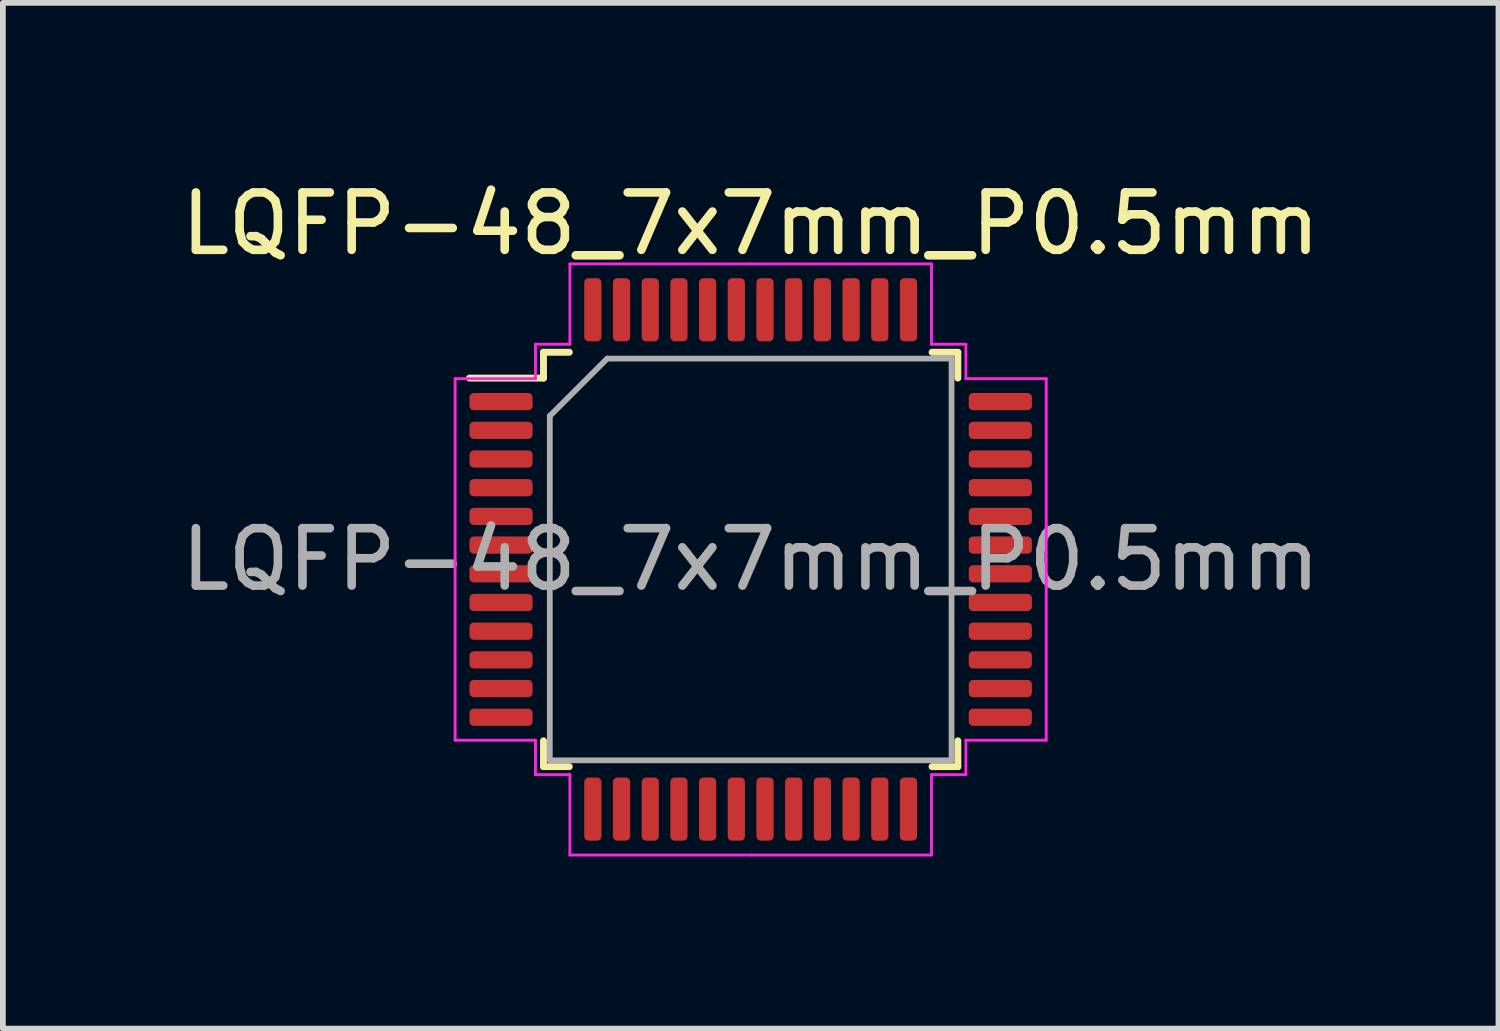
<source format=kicad_pcb>
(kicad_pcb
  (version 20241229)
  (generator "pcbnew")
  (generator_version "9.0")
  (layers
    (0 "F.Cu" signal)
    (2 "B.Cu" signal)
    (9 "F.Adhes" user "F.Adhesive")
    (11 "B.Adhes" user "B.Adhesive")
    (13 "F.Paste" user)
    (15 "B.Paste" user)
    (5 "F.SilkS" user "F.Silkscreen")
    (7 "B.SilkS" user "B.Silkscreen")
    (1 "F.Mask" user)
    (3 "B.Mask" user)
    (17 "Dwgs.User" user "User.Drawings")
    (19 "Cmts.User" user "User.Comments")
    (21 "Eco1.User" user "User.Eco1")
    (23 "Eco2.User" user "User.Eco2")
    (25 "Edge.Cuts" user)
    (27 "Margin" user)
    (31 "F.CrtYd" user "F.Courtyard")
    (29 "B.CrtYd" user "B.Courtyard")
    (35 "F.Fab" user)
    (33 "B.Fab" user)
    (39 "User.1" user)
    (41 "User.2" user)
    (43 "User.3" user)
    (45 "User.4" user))
  (footprint "LQFP-48_7x7mm_P0.5mm"
    (layer "F.Cu")
    (at 10.03 6.698)
    (property "Reference" "LQFP-48_7x7mm_P0.5mm" (at 0 -5.85 0) (layer "F.SilkS") (effects (font (size 1 1) (thickness 0.15))))
    (attr smd)
    (fp_line (start -3.61 -3.61) (end -3.61 -3.16) (stroke (width 0.12) (type solid)) (layer "F.SilkS"))
    (fp_line (start -3.61 -3.16) (end -4.9 -3.16) (stroke (width 0.12) (type solid)) (layer "F.SilkS"))
    (fp_line (start -3.61 3.61) (end -3.61 3.16) (stroke (width 0.12) (type solid)) (layer "F.SilkS"))
    (fp_line (start -3.16 -3.61) (end -3.61 -3.61) (stroke (width 0.12) (type solid)) (layer "F.SilkS"))
    (fp_line (start -3.16 3.61) (end -3.61 3.61) (stroke (width 0.12) (type solid)) (layer "F.SilkS"))
    (fp_line (start 3.16 -3.61) (end 3.61 -3.61) (stroke (width 0.12) (type solid)) (layer "F.SilkS"))
    (fp_line (start 3.16 3.61) (end 3.61 3.61) (stroke (width 0.12) (type solid)) (layer "F.SilkS"))
    (fp_line (start 3.61 -3.61) (end 3.61 -3.16) (stroke (width 0.12) (type solid)) (layer "F.SilkS"))
    (fp_line (start 3.61 3.61) (end 3.61 3.16) (stroke (width 0.12) (type solid)) (layer "F.SilkS"))
    (fp_line (start -5.15 -3.15) (end -5.15 0) (stroke (width 0.05) (type solid)) (layer "F.CrtYd"))
    (fp_line (start -5.15 3.15) (end -5.15 0) (stroke (width 0.05) (type solid)) (layer "F.CrtYd"))
    (fp_line (start -3.75 -3.75) (end -3.75 -3.15) (stroke (width 0.05) (type solid)) (layer "F.CrtYd"))
    (fp_line (start -3.75 -3.15) (end -5.15 -3.15) (stroke (width 0.05) (type solid)) (layer "F.CrtYd"))
    (fp_line (start -3.75 3.15) (end -5.15 3.15) (stroke (width 0.05) (type solid)) (layer "F.CrtYd"))
    (fp_line (start -3.75 3.75) (end -3.75 3.15) (stroke (width 0.05) (type solid)) (layer "F.CrtYd"))
    (fp_line (start -3.15 -5.15) (end -3.15 -3.75) (stroke (width 0.05) (type solid)) (layer "F.CrtYd"))
    (fp_line (start -3.15 -3.75) (end -3.75 -3.75) (stroke (width 0.05) (type solid)) (layer "F.CrtYd"))
    (fp_line (start -3.15 3.75) (end -3.75 3.75) (stroke (width 0.05) (type solid)) (layer "F.CrtYd"))
    (fp_line (start -3.15 5.15) (end -3.15 3.75) (stroke (width 0.05) (type solid)) (layer "F.CrtYd"))
    (fp_line (start 0 -5.15) (end -3.15 -5.15) (stroke (width 0.05) (type solid)) (layer "F.CrtYd"))
    (fp_line (start 0 -5.15) (end 3.15 -5.15) (stroke (width 0.05) (type solid)) (layer "F.CrtYd"))
    (fp_line (start 0 5.15) (end -3.15 5.15) (stroke (width 0.05) (type solid)) (layer "F.CrtYd"))
    (fp_line (start 0 5.15) (end 3.15 5.15) (stroke (width 0.05) (type solid)) (layer "F.CrtYd"))
    (fp_line (start 3.15 -5.15) (end 3.15 -3.75) (stroke (width 0.05) (type solid)) (layer "F.CrtYd"))
    (fp_line (start 3.15 -3.75) (end 3.75 -3.75) (stroke (width 0.05) (type solid)) (layer "F.CrtYd"))
    (fp_line (start 3.15 3.75) (end 3.75 3.75) (stroke (width 0.05) (type solid)) (layer "F.CrtYd"))
    (fp_line (start 3.15 5.15) (end 3.15 3.75) (stroke (width 0.05) (type solid)) (layer "F.CrtYd"))
    (fp_line (start 3.75 -3.75) (end 3.75 -3.15) (stroke (width 0.05) (type solid)) (layer "F.CrtYd"))
    (fp_line (start 3.75 -3.15) (end 5.15 -3.15) (stroke (width 0.05) (type solid)) (layer "F.CrtYd"))
    (fp_line (start 3.75 3.15) (end 5.15 3.15) (stroke (width 0.05) (type solid)) (layer "F.CrtYd"))
    (fp_line (start 3.75 3.75) (end 3.75 3.15) (stroke (width 0.05) (type solid)) (layer "F.CrtYd"))
    (fp_line (start 5.15 -3.15) (end 5.15 0) (stroke (width 0.05) (type solid)) (layer "F.CrtYd"))
    (fp_line (start 5.15 3.15) (end 5.15 0) (stroke (width 0.05) (type solid)) (layer "F.CrtYd"))
    (fp_line (start -3.5 -2.5) (end -2.5 -3.5) (stroke (width 0.1) (type solid)) (layer "F.Fab"))
    (fp_line (start -3.5 3.5) (end -3.5 -2.5) (stroke (width 0.1) (type solid)) (layer "F.Fab"))
    (fp_line (start -2.5 -3.5) (end 3.5 -3.5) (stroke (width 0.1) (type solid)) (layer "F.Fab"))
    (fp_line (start 3.5 -3.5) (end 3.5 3.5) (stroke (width 0.1) (type solid)) (layer "F.Fab"))
    (fp_line (start 3.5 3.5) (end -3.5 3.5) (stroke (width 0.1) (type solid)) (layer "F.Fab"))
    (fp_text user "${REFERENCE}" (at 0 0 0) (layer "F.Fab") (effects (font (size 1 1) (thickness 0.15))))
    (pad "1" smd roundrect (at -4.35 -2.75) (size 1.1 0.3) (layers "F.Cu" "F.Mask" "F.Paste") (roundrect_rratio 0.25))
    (pad "2" smd roundrect (at -4.35 -2.25) (size 1.1 0.3) (layers "F.Cu" "F.Mask" "F.Paste") (roundrect_rratio 0.25))
    (pad "3" smd roundrect (at -4.35 -1.75) (size 1.1 0.3) (layers "F.Cu" "F.Mask" "F.Paste") (roundrect_rratio 0.25))
    (pad "4" smd roundrect (at -4.35 -1.25) (size 1.1 0.3) (layers "F.Cu" "F.Mask" "F.Paste") (roundrect_rratio 0.25))
    (pad "5" smd roundrect (at -4.35 -0.75) (size 1.1 0.3) (layers "F.Cu" "F.Mask" "F.Paste") (roundrect_rratio 0.25))
    (pad "6" smd roundrect (at -4.35 -0.25) (size 1.1 0.3) (layers "F.Cu" "F.Mask" "F.Paste") (roundrect_rratio 0.25))
    (pad "7" smd roundrect (at -4.35 0.25) (size 1.1 0.3) (layers "F.Cu" "F.Mask" "F.Paste") (roundrect_rratio 0.25))
    (pad "8" smd roundrect (at -4.35 0.75) (size 1.1 0.3) (layers "F.Cu" "F.Mask" "F.Paste") (roundrect_rratio 0.25))
    (pad "9" smd roundrect (at -4.35 1.25) (size 1.1 0.3) (layers "F.Cu" "F.Mask" "F.Paste") (roundrect_rratio 0.25))
    (pad "10" smd roundrect (at -4.35 1.75) (size 1.1 0.3) (layers "F.Cu" "F.Mask" "F.Paste") (roundrect_rratio 0.25))
    (pad "11" smd roundrect (at -4.35 2.25) (size 1.1 0.3) (layers "F.Cu" "F.Mask" "F.Paste") (roundrect_rratio 0.25))
    (pad "12" smd roundrect (at -4.35 2.75) (size 1.1 0.3) (layers "F.Cu" "F.Mask" "F.Paste") (roundrect_rratio 0.25))
    (pad "13" smd roundrect (at -2.75 4.35) (size 0.3 1.1) (layers "F.Cu" "F.Mask" "F.Paste") (roundrect_rratio 0.25))
    (pad "14" smd roundrect (at -2.25 4.35) (size 0.3 1.1) (layers "F.Cu" "F.Mask" "F.Paste") (roundrect_rratio 0.25))
    (pad "15" smd roundrect (at -1.75 4.35) (size 0.3 1.1) (layers "F.Cu" "F.Mask" "F.Paste") (roundrect_rratio 0.25))
    (pad "16" smd roundrect (at -1.25 4.35) (size 0.3 1.1) (layers "F.Cu" "F.Mask" "F.Paste") (roundrect_rratio 0.25))
    (pad "17" smd roundrect (at -0.75 4.35) (size 0.3 1.1) (layers "F.Cu" "F.Mask" "F.Paste") (roundrect_rratio 0.25))
    (pad "18" smd roundrect (at -0.25 4.35) (size 0.3 1.1) (layers "F.Cu" "F.Mask" "F.Paste") (roundrect_rratio 0.25))
    (pad "19" smd roundrect (at 0.25 4.35) (size 0.3 1.1) (layers "F.Cu" "F.Mask" "F.Paste") (roundrect_rratio 0.25))
    (pad "20" smd roundrect (at 0.75 4.35) (size 0.3 1.1) (layers "F.Cu" "F.Mask" "F.Paste") (roundrect_rratio 0.25))
    (pad "21" smd roundrect (at 1.25 4.35) (size 0.3 1.1) (layers "F.Cu" "F.Mask" "F.Paste") (roundrect_rratio 0.25))
    (pad "22" smd roundrect (at 1.75 4.35) (size 0.3 1.1) (layers "F.Cu" "F.Mask" "F.Paste") (roundrect_rratio 0.25))
    (pad "23" smd roundrect (at 2.25 4.35) (size 0.3 1.1) (layers "F.Cu" "F.Mask" "F.Paste") (roundrect_rratio 0.25))
    (pad "24" smd roundrect (at 2.75 4.35) (size 0.3 1.1) (layers "F.Cu" "F.Mask" "F.Paste") (roundrect_rratio 0.25))
    (pad "25" smd roundrect (at 4.35 2.75) (size 1.1 0.3) (layers "F.Cu" "F.Mask" "F.Paste") (roundrect_rratio 0.25))
    (pad "26" smd roundrect (at 4.35 2.25) (size 1.1 0.3) (layers "F.Cu" "F.Mask" "F.Paste") (roundrect_rratio 0.25))
    (pad "27" smd roundrect (at 4.35 1.75) (size 1.1 0.3) (layers "F.Cu" "F.Mask" "F.Paste") (roundrect_rratio 0.25))
    (pad "28" smd roundrect (at 4.35 1.25) (size 1.1 0.3) (layers "F.Cu" "F.Mask" "F.Paste") (roundrect_rratio 0.25))
    (pad "29" smd roundrect (at 4.35 0.75) (size 1.1 0.3) (layers "F.Cu" "F.Mask" "F.Paste") (roundrect_rratio 0.25))
    (pad "30" smd roundrect (at 4.35 0.25) (size 1.1 0.3) (layers "F.Cu" "F.Mask" "F.Paste") (roundrect_rratio 0.25))
    (pad "31" smd roundrect (at 4.35 -0.25) (size 1.1 0.3) (layers "F.Cu" "F.Mask" "F.Paste") (roundrect_rratio 0.25))
    (pad "32" smd roundrect (at 4.35 -0.75) (size 1.1 0.3) (layers "F.Cu" "F.Mask" "F.Paste") (roundrect_rratio 0.25))
    (pad "33" smd roundrect (at 4.35 -1.25) (size 1.1 0.3) (layers "F.Cu" "F.Mask" "F.Paste") (roundrect_rratio 0.25))
    (pad "34" smd roundrect (at 4.35 -1.75) (size 1.1 0.3) (layers "F.Cu" "F.Mask" "F.Paste") (roundrect_rratio 0.25))
    (pad "35" smd roundrect (at 4.35 -2.25) (size 1.1 0.3) (layers "F.Cu" "F.Mask" "F.Paste") (roundrect_rratio 0.25))
    (pad "36" smd roundrect (at 4.35 -2.75) (size 1.1 0.3) (layers "F.Cu" "F.Mask" "F.Paste") (roundrect_rratio 0.25))
    (pad "37" smd roundrect (at 2.75 -4.35) (size 0.3 1.1) (layers "F.Cu" "F.Mask" "F.Paste") (roundrect_rratio 0.25))
    (pad "38" smd roundrect (at 2.25 -4.35) (size 0.3 1.1) (layers "F.Cu" "F.Mask" "F.Paste") (roundrect_rratio 0.25))
    (pad "39" smd roundrect (at 1.75 -4.35) (size 0.3 1.1) (layers "F.Cu" "F.Mask" "F.Paste") (roundrect_rratio 0.25))
    (pad "40" smd roundrect (at 1.25 -4.35) (size 0.3 1.1) (layers "F.Cu" "F.Mask" "F.Paste") (roundrect_rratio 0.25))
    (pad "41" smd roundrect (at 0.75 -4.35) (size 0.3 1.1) (layers "F.Cu" "F.Mask" "F.Paste") (roundrect_rratio 0.25))
    (pad "42" smd roundrect (at 0.25 -4.35) (size 0.3 1.1) (layers "F.Cu" "F.Mask" "F.Paste") (roundrect_rratio 0.25))
    (pad "43" smd roundrect (at -0.25 -4.35) (size 0.3 1.1) (layers "F.Cu" "F.Mask" "F.Paste") (roundrect_rratio 0.25))
    (pad "44" smd roundrect (at -0.75 -4.35) (size 0.3 1.1) (layers "F.Cu" "F.Mask" "F.Paste") (roundrect_rratio 0.25))
    (pad "45" smd roundrect (at -1.25 -4.35) (size 0.3 1.1) (layers "F.Cu" "F.Mask" "F.Paste") (roundrect_rratio 0.25))
    (pad "46" smd roundrect (at -1.75 -4.35) (size 0.3 1.1) (layers "F.Cu" "F.Mask" "F.Paste") (roundrect_rratio 0.25))
    (pad "47" smd roundrect (at -2.25 -4.35) (size 0.3 1.1) (layers "F.Cu" "F.Mask" "F.Paste") (roundrect_rratio 0.25))
    (pad "48" smd roundrect (at -2.75 -4.35) (size 0.3 1.1) (layers "F.Cu" "F.Mask" "F.Paste") (roundrect_rratio 0.25)))
  (gr_rect
    (start -3 -3)
    (end 23.06 14.873)
    (stroke (width 0.1) (type default))
    (fill no)
    (layer "Edge.Cuts")))
</source>
